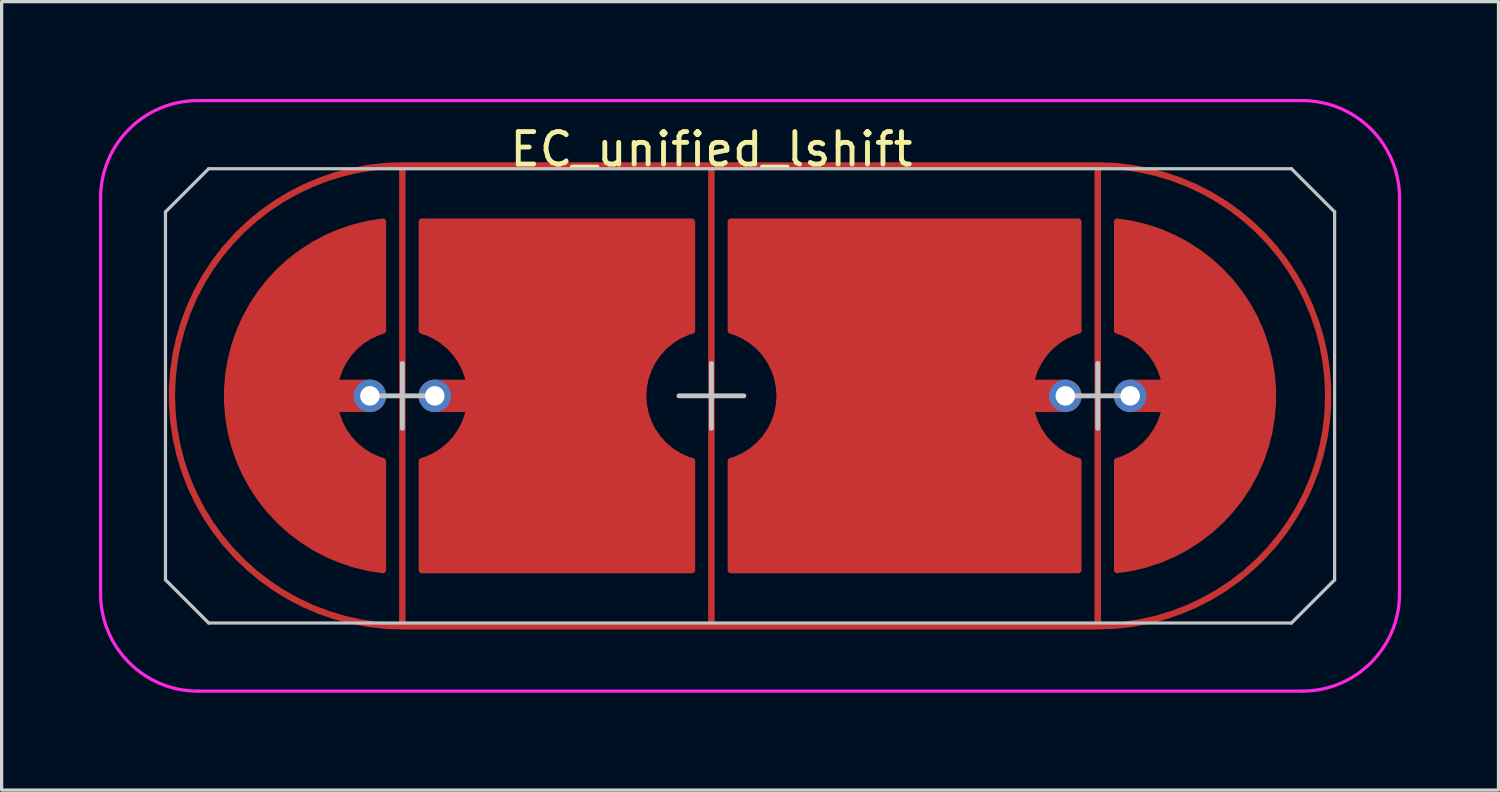
<source format=kicad_pcb>
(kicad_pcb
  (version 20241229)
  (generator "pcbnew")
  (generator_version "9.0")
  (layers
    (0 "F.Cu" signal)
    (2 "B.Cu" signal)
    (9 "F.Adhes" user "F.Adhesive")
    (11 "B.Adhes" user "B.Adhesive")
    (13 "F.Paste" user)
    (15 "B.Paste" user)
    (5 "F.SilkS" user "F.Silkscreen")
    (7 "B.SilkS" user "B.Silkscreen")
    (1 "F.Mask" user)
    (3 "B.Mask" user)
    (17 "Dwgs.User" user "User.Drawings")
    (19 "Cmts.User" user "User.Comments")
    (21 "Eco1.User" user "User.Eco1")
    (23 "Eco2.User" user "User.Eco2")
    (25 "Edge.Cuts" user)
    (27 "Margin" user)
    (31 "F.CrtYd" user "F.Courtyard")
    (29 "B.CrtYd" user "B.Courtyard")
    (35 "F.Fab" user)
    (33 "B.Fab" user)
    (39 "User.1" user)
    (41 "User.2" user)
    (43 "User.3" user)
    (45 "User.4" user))
  (footprint "EC_unified_lshift"
    (layer "F.Cu")
    (at 18.875 9.15)
    (property "Reference" "EC_unified_lshift" (at 0 -7.6 0) (layer "F.SilkS") (effects (font (size 1 1) (thickness 0.15))))
    (attr through_hole)
    (fp_line (start -16.825 -5.67) (end -15.495 -7) (stroke (width 0.1) (type solid)) (layer "Dwgs.User"))
    (fp_line (start -16.825 5.67) (end -16.825 -5.67) (stroke (width 0.1) (type solid)) (layer "Dwgs.User"))
    (fp_line (start -16.825 5.67) (end -15.495 7) (stroke (width 0.1) (type solid)) (layer "Dwgs.User"))
    (fp_line (start -15.495 -7) (end 17.876 -7) (stroke (width 0.1) (type solid)) (layer "Dwgs.User"))
    (fp_line (start -10.525 0) (end -8.525 0) (stroke (width 0.15) (type default)) (layer "Dwgs.User"))
    (fp_line (start -9.525 -1) (end -9.525 1) (stroke (width 0.15) (type default)) (layer "Dwgs.User"))
    (fp_line (start -1 0) (end 1 0) (stroke (width 0.15) (type default)) (layer "Dwgs.User"))
    (fp_line (start 0 -1) (end 0 1) (stroke (width 0.15) (type default)) (layer "Dwgs.User"))
    (fp_line (start 10.906 0) (end 12.906 0) (stroke (width 0.15) (type default)) (layer "Dwgs.User"))
    (fp_line (start 11.906 -1) (end 11.906 1) (stroke (width 0.15) (type default)) (layer "Dwgs.User"))
    (fp_line (start 17.876 -7) (end 19.206 -5.67) (stroke (width 0.1) (type solid)) (layer "Dwgs.User"))
    (fp_line (start 17.876 7) (end -15.495 7) (stroke (width 0.1) (type solid)) (layer "Dwgs.User"))
    (fp_line (start 19.206 -5.67) (end 19.206 5.67) (stroke (width 0.1) (type solid)) (layer "Dwgs.User"))
    (fp_line (start 19.206 5.67) (end 17.876 7) (stroke (width 0.1) (type solid)) (layer "Dwgs.User"))
    (fp_line (start -18.825 6.1) (end -18.825 -6.1) (stroke (width 0.1) (type solid)) (layer "F.CrtYd"))
    (fp_line (start -15.825 -9.1) (end 18.206 -9.1) (stroke (width 0.1) (type solid)) (layer "F.CrtYd"))
    (fp_line (start -15.825 9.1) (end 18.206 9.1) (stroke (width 0.1) (type solid)) (layer "F.CrtYd"))
    (fp_line (start 21.206 6.1) (end 21.206 -6.1) (stroke (width 0.1) (type solid)) (layer "F.CrtYd"))
    (fp_arc (start -18.825 -6.1) (mid -17.94632 -8.22132) (end -15.825 -9.1) (stroke (width 0.1) (type solid)) (layer "F.CrtYd"))
    (fp_arc (start -15.825 9.1) (mid -17.94632 8.22132) (end -18.825 6.1) (stroke (width 0.1) (type solid)) (layer "F.CrtYd"))
    (fp_arc (start 18.20625 -9.1) (mid 20.32757 -8.22132) (end 21.20625 -6.1) (stroke (width 0.1) (type solid)) (layer "F.CrtYd"))
    (fp_arc (start 21.20625 6.1) (mid 20.32757 8.22132) (end 18.20625 9.1) (stroke (width 0.1) (type solid)) (layer "F.CrtYd"))
    (pad "" smd circle (at -10.525 0) (size 0.55 0.55) (layers "F.Mask"))
    (pad "" smd circle (at -8.525 0) (size 0.55 0.55) (layers "F.Mask"))
    (pad "" smd circle (at 10.906 0) (size 0.55 0.55) (layers "F.Mask"))
    (pad "" smd circle (at 12.906 0) (size 0.55 0.55) (layers "F.Mask"))
    (pad "1" smd custom (at -9.525 0 90) (size 0.2 0.2) (layers "F.Cu") (options (anchor circle)) (primitives (gr_line (start 7.1 0) (end -7.1 0) (width 0.2)) (gr_arc (start -7.1 0) (mid 0 -7.1) (end 7.1 0) (width 0.2)) (gr_line (start 7.1 0) (end 7.1 21.431) (width 0.2)) (gr_line (start -7.1 21.431) (end 7.1 21.431) (width 0.2)) (gr_arc (start 7.1 21.43125) (mid 0 28.53125) (end -7.1 21.43125) (width 0.2)) (gr_line (start -7.1 9.525) (end 7.1 9.525) (width 0.2)) (gr_line (start -7.1 0) (end -7.1 21.431) (width 0.2))))
    (pad "2" smd custom (at -13.625 0) (size 0.2 0.2) (layers "F.Cu") (options (anchor circle)) (primitives (gr_poly (pts (xy 3.1 5.3) (xy 2.1 5) (xy 1.1 4.5) (xy 0.1 3.6) (xy -0.9 2) (xy -1.2 1) (xy -1.3 0) (xy -1.2 -1) (xy -0.9 -2) (xy 0.1 -3.6) (xy 1.1 -4.5) (xy 2.1 -5) (xy 3.1 -5.3) (xy 3.5 -5.367) (xy 3.5 -2.012) (xy 3.1 -1.8) (xy 2.2 -1) (xy 2 0) (xy 2.2 1) (xy 3.1 1.8) (xy 3.5 2.012) (xy 3.5 5.367)) (width 0) (fill yes)) (gr_line (start 3.1 0) (end 0.6 0) (width 1)) (gr_line (start 3.5 2.012) (end 3.5 5.367) (width 0.2)) (gr_line (start 3.5 -2.012) (end 3.5 -5.367) (width 0.2)) (gr_arc (start 3.5 5.366562) (mid -1.299999 0.001944) (end 3.496136 -5.366129) (width 0.2)) (gr_arc (start 3.5 2.01246) (mid 2.000002 0.001775) (end 3.496598 -2.011443) (width 0.2))))
    (pad "2" thru_hole circle (at -10.525 0) (size 1 1) (drill 0.6) (layers "*.Cu" "B.Mask"))
    (pad "3" thru_hole circle (at -8.525 0) (size 1 1) (drill 0.6) (layers "*.Cu" "B.Mask"))
    (pad "3" smd custom (at -4.068 0 180) (size 0.2 0.2) (layers "F.Cu") (options (anchor circle)) (primitives (gr_poly (pts (xy -3.464 5.366) (xy -3.468 2.012) (xy -3.068 1.8) (xy -2.168 1) (xy -1.968 -0.002) (xy -2.168 -1) (xy -3.068 -1.8) (xy -3.468 -2.012) (xy -3.468 -5.367) (xy 4.857 -5.367) (xy 4.857 -2.012) (xy 4.457 -1.8) (xy 3.557 -1) (xy 3.357 0) (xy 3.557 1) (xy 4.457 1.8) (xy 4.857 2.012) (xy 4.857 5.367)) (width 0) (fill yes)) (gr_line (start -3.468 2.012) (end -3.468 5.367) (width 0.2)) (gr_line (start 4.857 2.012) (end 4.857 5.367) (width 0.2)) (gr_line (start 1.957 0) (end 4.457 0) (width 1)) (gr_arc (start 4.857287 2.01246) (mid 3.357289 0.001775) (end 4.853885 -2.011443) (width 0.2)) (gr_arc (start -3.467713 -2.01246) (mid -1.967715 -0.001775) (end -3.464311 2.011443) (width 0.2)) (gr_line (start 4.825 2.012) (end 4.825 5.367) (width 0.2)) (gr_line (start -3.468 5.367) (end -3.468 2.012) (width 0.2)) (gr_line (start 4.857 5.367) (end -3.468 5.367) (width 0.2)) (gr_line (start -3.468 -2.012) (end -3.468 -5.367) (width 0.2)) (gr_line (start 4.857 -5.367) (end 4.857 -2.012) (width 0.2)) (gr_line (start 4.857 -2.012) (end 4.857 -5.367) (width 0.2)) (gr_line (start -3.468 -5.367) (end 4.857 -5.367) (width 0.2))))
    (pad "4" smd custom (at 6.025 0) (size 0.2 0.2) (layers "F.Cu") (options (anchor circle)) (primitives (gr_poly (pts (xy -5.421 5.366) (xy -5.425 2.012) (xy -5.025 1.8) (xy -4.125 1) (xy -3.925 -0.002) (xy -4.125 -1) (xy -5.025 -1.8) (xy -5.425 -2.012) (xy -5.425 -5.367) (xy 5.275 -5.367) (xy 5.281 -2.011) (xy 5.031 -1.883) (xy 4.881 -1.8) (xy 3.981 -1) (xy 3.781 0.002) (xy 3.981 1) (xy 4.881 1.8) (xy 5.285 2.012) (xy 5.281 5.367)) (width 0) (fill yes)) (gr_arc (start 5.28125 2.01246) (mid 3.781252 0.001775) (end 5.277848 -2.011443) (width 0.2)) (gr_line (start 5.281 2.012) (end 5.281 5.367) (width 0.2)) (gr_line (start 5.281 -2.012) (end 5.281 -5.367) (width 0.2)) (gr_line (start 4.881 0) (end 2.381 0) (width 1)) (gr_line (start -5.425 -5.367) (end 5.275 -5.367) (width 0.2)) (gr_line (start -5.425 -2.012) (end -5.425 -5.367) (width 0.2)) (gr_line (start 5.281 5.367) (end -5.425 5.367) (width 0.2)) (gr_line (start -5.425 5.367) (end -5.425 2.012) (width 0.2)) (gr_arc (start -5.425 -2.01246) (mid -3.925002 -0.001775) (end -5.421598 2.011443) (width 0.2)) (gr_line (start -5.425 2.012) (end -5.425 5.367) (width 0.2)) (gr_arc (start 5.284652 2.01246) (mid 3.784652 0.001775) (end 5.28125 -2.011443) (width 0.2)) (gr_line (start 0 0) (end 2.5 0) (width 1))))
    (pad "4" thru_hole circle (at 10.906 0) (size 1 1) (drill 0.6) (layers "*.Cu" "B.Mask"))
    (pad "5" thru_hole circle (at 12.906 0) (size 1 1) (drill 0.6) (layers "*.Cu" "B.Mask"))
    (pad "5" smd custom (at 16.006 0) (size 0.2 0.2) (layers "F.Cu") (options (anchor circle)) (primitives (gr_poly (pts (xy -3.1 -5.3) (xy -2.1 -5) (xy -1.1 -4.5) (xy -0.1 -3.6) (xy 0.9 -2) (xy 1.2 -1) (xy 1.3 0) (xy 1.2 1) (xy 0.9 2) (xy -0.1 3.6) (xy -1.1 4.5) (xy -2.1 5) (xy -3.5 5.367) (xy -3.5 2.012) (xy -3.1 1.8) (xy -2.2 1) (xy -2 0) (xy -2.2 -1) (xy -3.1 -1.8) (xy -3.5 -2.012) (xy -3.5 -5.367)) (width 0) (fill yes)) (gr_line (start -3.5 -2.012) (end -3.5 -5.367) (width 0.2)) (gr_arc (start -3.5 -2.01246) (mid -2.000002 -0.001775) (end -3.496598 2.011443) (width 0.2)) (gr_arc (start -3.5 -5.366562) (mid 1.299999 -0.001944) (end -3.496136 5.366129) (width 0.2)) (gr_line (start -3.5 2.012) (end -3.5 5.367) (width 0.2)) (gr_line (start -0.6 0) (end -3.1 0) (width 1))))
    (zone (net_name "") (layer "F.Cu") (hatch edge 0.508) (connect_pads) (min_thickness 0.254) (filled_areas_thickness no) (keepout (tracks allowed) (vias allowed) (pads allowed) (copperpour not_allowed) (footprints allowed)) (placement (enabled no)) (fill) (polygon (pts (xy 31.781 2.15) (xy 32.781 2.35) (xy 33.781 2.75) (xy 34.781 3.25) (xy 35.781 4.15) (xy 36.681 5.15) (xy 37.181 6.15) (xy 37.581 7.15) (xy 37.781 8.15) (xy 37.881 9.15) (xy 37.781 10.15) (xy 37.581 11.15) (xy 37.181 12.15) (xy 36.781 12.95) (xy 35.781 14.25) (xy 34.781 15.05) (xy 33.781 15.65) (xy 32.781 15.95) (xy 31.781 16.15) (xy 30.781 16.25) (xy 9.35 16.25) (xy 8.35 16.15) (xy 7.35 15.95) (xy 6.35 15.55) (xy 5.35 15.05) (xy 4.35 14.15) (xy 3.45 13.15) (xy 2.95 12.15) (xy 2.55 11.15) (xy 2.35 10.15) (xy 2.25 9.15) (xy 2.35 8.15) (xy 2.55 7.25) (xy 2.95 6.15) (xy 3.45 5.15) (xy 4.25 4.15) (xy 5.35 3.25) (xy 6.35 2.75) (xy 7.35 2.35) (xy 8.35 2.15) (xy 9.35 2.05) (xy 30.781 2.05)))))
  (gr_rect
    (start -3 -3)
    (end 43.131 21.3)
    (stroke (width 0.1) (type default))
    (fill no)
    (layer "Edge.Cuts")))
</source>
